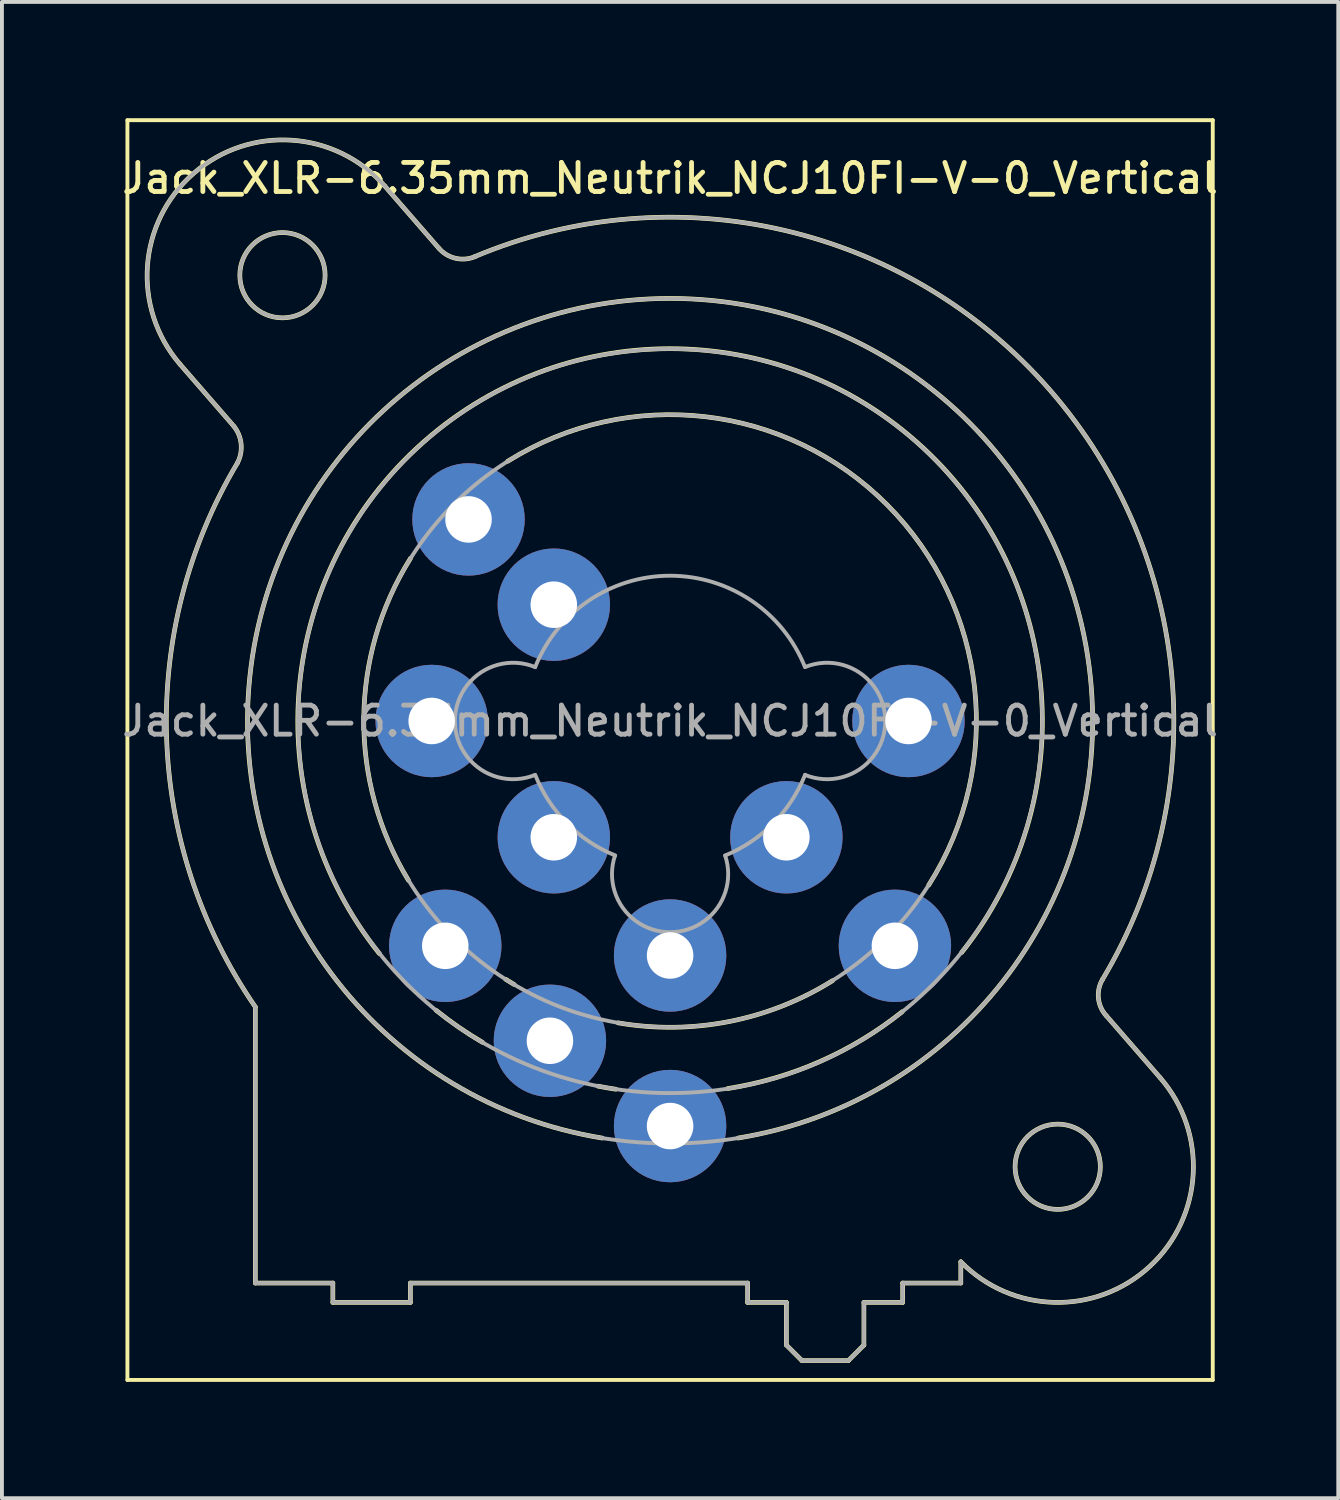
<source format=kicad_pcb>
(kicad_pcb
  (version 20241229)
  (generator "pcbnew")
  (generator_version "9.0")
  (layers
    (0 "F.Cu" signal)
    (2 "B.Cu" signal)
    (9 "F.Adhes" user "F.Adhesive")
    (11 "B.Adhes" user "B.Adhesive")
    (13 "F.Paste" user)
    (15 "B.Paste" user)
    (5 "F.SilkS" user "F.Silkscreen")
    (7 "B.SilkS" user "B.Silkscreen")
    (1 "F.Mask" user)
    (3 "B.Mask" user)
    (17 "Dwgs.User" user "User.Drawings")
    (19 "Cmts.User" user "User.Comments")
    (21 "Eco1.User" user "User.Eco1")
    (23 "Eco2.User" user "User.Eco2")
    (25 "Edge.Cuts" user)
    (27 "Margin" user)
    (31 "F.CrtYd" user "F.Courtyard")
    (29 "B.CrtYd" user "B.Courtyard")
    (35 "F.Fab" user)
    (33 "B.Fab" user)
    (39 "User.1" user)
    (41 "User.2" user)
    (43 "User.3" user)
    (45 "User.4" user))
  (footprint "Jack_XLR-6.35mm_Neutrik_NCJ10FI-V-0_Vertical"
    (layer "F.Cu")
    (at 20.387 15.55)
    (property "Reference" "Jack_XLR-6.35mm_Neutrik_NCJ10FI-V-0_Vertical" (at -6.15 -14 0) (layer "F.SilkS") (effects (font (size 0.75 0.75) (thickness 0.125))))
    (attr through_hole)
    (fp_line (start -20.15 -15.5) (end 7.85 -15.5) (stroke (width 0.1) (type solid)) (layer "F.SilkS"))
    (fp_line (start -20.15 17) (end -20.15 -15.5) (stroke (width 0.1) (type solid)) (layer "F.SilkS"))
    (fp_line (start -17.4 -7.6) (end -18.79 -9.2) (stroke (width 0.12) (type solid)) (layer "F.SilkS"))
    (fp_line (start -16.85 14.5) (end -16.85 7.38) (stroke (width 0.12) (type solid)) (layer "F.SilkS"))
    (fp_line (start -14.85 14.5) (end -16.85 14.5) (stroke (width 0.12) (type solid)) (layer "F.SilkS"))
    (fp_line (start -14.85 14.5) (end -14.85 15) (stroke (width 0.12) (type solid)) (layer "F.SilkS"))
    (fp_line (start -13.51 -13.8) (end -12.11 -12.19) (stroke (width 0.12) (type solid)) (layer "F.SilkS"))
    (fp_line (start -12.85 14.5) (end -12.85 15) (stroke (width 0.12) (type solid)) (layer "F.SilkS"))
    (fp_line (start -12.85 15) (end -14.85 15) (stroke (width 0.12) (type solid)) (layer "F.SilkS"))
    (fp_line (start -4.15 14.5) (end -12.85 14.5) (stroke (width 0.12) (type solid)) (layer "F.SilkS"))
    (fp_line (start -4.15 14.5) (end -4.15 15) (stroke (width 0.12) (type solid)) (layer "F.SilkS"))
    (fp_line (start -3.15 15) (end -4.15 15) (stroke (width 0.12) (type solid)) (layer "F.SilkS"))
    (fp_line (start -3.15 15) (end -3.15 16.1) (stroke (width 0.12) (type solid)) (layer "F.SilkS"))
    (fp_line (start -3.15 16.1) (end -2.75 16.5) (stroke (width 0.12) (type solid)) (layer "F.SilkS"))
    (fp_line (start -1.55 16.5) (end -2.75 16.5) (stroke (width 0.12) (type solid)) (layer "F.SilkS"))
    (fp_line (start -1.15 15) (end -1.15 16.1) (stroke (width 0.12) (type solid)) (layer "F.SilkS"))
    (fp_line (start -1.15 16.1) (end -1.55 16.5) (stroke (width 0.12) (type solid)) (layer "F.SilkS"))
    (fp_line (start -0.15 14.5) (end -0.15 15) (stroke (width 0.12) (type solid)) (layer "F.SilkS"))
    (fp_line (start -0.15 15) (end -1.15 15) (stroke (width 0.12) (type solid)) (layer "F.SilkS"))
    (fp_line (start 1.35 13.95) (end 1.35 14.5) (stroke (width 0.12) (type solid)) (layer "F.SilkS"))
    (fp_line (start 1.35 14.5) (end -0.15 14.5) (stroke (width 0.12) (type solid)) (layer "F.SilkS"))
    (fp_line (start 5.1 7.6) (end 6.49 9.2) (stroke (width 0.12) (type solid)) (layer "F.SilkS"))
    (fp_line (start 7.85 -15.5) (end 7.85 17) (stroke (width 0.1) (type solid)) (layer "F.SilkS"))
    (fp_line (start 7.85 17) (end -20.15 17) (stroke (width 0.1) (type solid)) (layer "F.SilkS"))
    (fp_arc (start -18.79 -9.2) (mid -18.45 -14.14) (end -13.51 -13.8) (stroke (width 0.12) (type solid)) (layer "F.SilkS"))
    (fp_arc (start -17.400452 -7.59955) (mid -17.216295 -7.14315) (end -17.31 -6.66) (stroke (width 0.12) (type solid)) (layer "F.SilkS"))
    (fp_arc (start -16.851206 7.374645) (mid -19.139261 0.42462) (end -17.31 -6.66) (stroke (width 0.12) (type solid)) (layer "F.SilkS"))
    (fp_arc (start -13.65 6) (mid -6.168408 -9.604669) (end 1.372943 5.971208) (stroke (width 0.12) (type solid)) (layer "F.SilkS"))
    (fp_arc (start -12.9 4.11) (mid -14.052663 -0.0501) (end -12.847348 -4.195251) (stroke (width 0.12) (type solid)) (layer "F.SilkS"))
    (fp_arc (start -11.201352 -11.974349) (mid 3.655031 -8.530097) (end 5.01 6.66) (stroke (width 0.12) (type solid)) (layer "F.SilkS"))
    (fp_arc (start -11.177539 -11.981856) (mid -11.677484 -11.93489) (end -12.11 -12.19) (stroke (width 0.12) (type solid)) (layer "F.SilkS"))
    (fp_arc (start -10.99 8.29) (mid -11.604845 7.89901) (end -12.188263 7.462512) (stroke (width 0.12) (type solid)) (layer "F.SilkS"))
    (fp_arc (start -10.34 -6.7) (mid -0.544787 -5.570251) (end 0.523653 4.231839) (stroke (width 0.12) (type solid)) (layer "F.SilkS"))
    (fp_arc (start -10.17 6.8) (mid -10.28219 6.732414) (end -10.393245 6.662978) (stroke (width 0.12) (type solid)) (layer "F.SilkS"))
    (fp_arc (start -7.9 10.76) (mid -6.152346 -10.90138) (end -4.395368 10.759246) (stroke (width 0.12) (type solid)) (layer "F.SilkS"))
    (fp_arc (start -7.55 9.5) (mid -7.781688 9.462959) (end -8.012401 9.420269) (stroke (width 0.12) (type solid)) (layer "F.SilkS"))
    (fp_arc (start -1.96 6.7) (mid -4.625828 7.753902) (end -7.492223 7.78746) (stroke (width 0.12) (type solid)) (layer "F.SilkS"))
    (fp_arc (start -0.16 7.5) (mid -2.282236 8.784674) (end -4.662837 9.482534) (stroke (width 0.12) (type solid)) (layer "F.SilkS"))
    (fp_arc (start 5.109394 7.611661) (mid 4.900255 7.152483) (end 5.01 6.66) (stroke (width 0.12) (type solid)) (layer "F.SilkS"))
    (fp_arc (start 6.49 9.2) (mid 6.227307 14.070606) (end 1.351052 13.95252) (stroke (width 0.12) (type solid)) (layer "F.SilkS"))
    (fp_circle (center -16.15 -11.5) (end -15.05 -11.5) (stroke (width 0.12) (type solid)) (fill no) (layer "F.SilkS"))
    (fp_circle (center 3.85 11.5) (end 4.95 11.5) (stroke (width 0.12) (type solid)) (fill no) (layer "F.SilkS"))
    (fp_line (start -17.4 -7.6) (end -18.79 -9.2) (stroke (width 0.1) (type solid)) (layer "F.Fab"))
    (fp_line (start -16.85 14.5) (end -16.85 7.38) (stroke (width 0.1) (type solid)) (layer "F.Fab"))
    (fp_line (start -14.85 14.5) (end -16.85 14.5) (stroke (width 0.1) (type solid)) (layer "F.Fab"))
    (fp_line (start -14.85 14.5) (end -14.85 15) (stroke (width 0.1) (type solid)) (layer "F.Fab"))
    (fp_line (start -13.51 -13.8) (end -12.11 -12.19) (stroke (width 0.1) (type solid)) (layer "F.Fab"))
    (fp_line (start -12.85 14.5) (end -12.85 15) (stroke (width 0.1) (type solid)) (layer "F.Fab"))
    (fp_line (start -12.85 15) (end -14.85 15) (stroke (width 0.1) (type solid)) (layer "F.Fab"))
    (fp_line (start -4.15 14.5) (end -12.85 14.5) (stroke (width 0.1) (type solid)) (layer "F.Fab"))
    (fp_line (start -4.15 14.5) (end -4.15 15) (stroke (width 0.1) (type solid)) (layer "F.Fab"))
    (fp_line (start -3.15 15) (end -4.15 15) (stroke (width 0.1) (type solid)) (layer "F.Fab"))
    (fp_line (start -3.15 15) (end -3.15 16.1) (stroke (width 0.1) (type solid)) (layer "F.Fab"))
    (fp_line (start -3.15 16.1) (end -2.75 16.5) (stroke (width 0.1) (type solid)) (layer "F.Fab"))
    (fp_line (start -1.55 16.5) (end -2.75 16.5) (stroke (width 0.1) (type solid)) (layer "F.Fab"))
    (fp_line (start -1.15 15) (end -1.15 16.1) (stroke (width 0.1) (type solid)) (layer "F.Fab"))
    (fp_line (start -1.15 16.1) (end -1.55 16.5) (stroke (width 0.1) (type solid)) (layer "F.Fab"))
    (fp_line (start -0.15 14.5) (end -0.15 15) (stroke (width 0.1) (type solid)) (layer "F.Fab"))
    (fp_line (start -0.15 15) (end -1.15 15) (stroke (width 0.1) (type solid)) (layer "F.Fab"))
    (fp_line (start 1.35 13.95) (end 1.35 14.5) (stroke (width 0.1) (type solid)) (layer "F.Fab"))
    (fp_line (start 1.35 14.5) (end -0.15 14.5) (stroke (width 0.1) (type solid)) (layer "F.Fab"))
    (fp_line (start 5.1 7.6) (end 6.49 9.2) (stroke (width 0.1) (type solid)) (layer "F.Fab"))
    (fp_arc (start -18.79 -9.2) (mid -18.45 -14.14) (end -13.51 -13.8) (stroke (width 0.1) (type solid)) (layer "F.Fab"))
    (fp_arc (start -17.400452 -7.59955) (mid -17.216295 -7.14315) (end -17.31 -6.66) (stroke (width 0.1) (type solid)) (layer "F.Fab"))
    (fp_arc (start -16.851206 7.374645) (mid -19.139261 0.42462) (end -17.31 -6.66) (stroke (width 0.1) (type solid)) (layer "F.Fab"))
    (fp_arc (start -11.201352 -11.974349) (mid 3.655031 -8.530097) (end 5.01 6.66) (stroke (width 0.1) (type solid)) (layer "F.Fab"))
    (fp_arc (start -11.177539 -11.981856) (mid -11.677484 -11.93489) (end -12.11 -12.19) (stroke (width 0.1) (type solid)) (layer "F.Fab"))
    (fp_arc (start -9.634717 1.391925) (mid -11.702329 -0.002547) (end -9.63 -1.39) (stroke (width 0.1) (type solid)) (layer "F.Fab"))
    (fp_arc (start -9.631116 -1.387204) (mid -6.151505 -3.747333) (end -2.67 -1.39) (stroke (width 0.1) (type solid)) (layer "F.Fab"))
    (fp_arc (start -7.567529 3.468878) (mid -8.810241 2.639246) (end -9.63 1.39) (stroke (width 0.1) (type solid)) (layer "F.Fab"))
    (fp_arc (start -4.729599 3.471189) (mid -6.150627 5.448932) (end -7.57 3.47) (stroke (width 0.1) (type solid)) (layer "F.Fab"))
    (fp_arc (start -2.667476 1.389002) (mid -3.487046 2.639314) (end -4.73 3.47) (stroke (width 0.1) (type solid)) (layer "F.Fab"))
    (fp_arc (start -2.665283 -1.391925) (mid -0.597671 0.002547) (end -2.67 1.39) (stroke (width 0.1) (type solid)) (layer "F.Fab"))
    (fp_arc (start 5.109394 7.611661) (mid 4.900255 7.152483) (end 5.01 6.66) (stroke (width 0.1) (type solid)) (layer "F.Fab"))
    (fp_arc (start 6.49 9.2) (mid 6.227307 14.070606) (end 1.351052 13.95252) (stroke (width 0.1) (type solid)) (layer "F.Fab"))
    (fp_circle (center -16.15 -11.5) (end -15.05 -11.5) (stroke (width 0.1) (type solid)) (fill no) (layer "F.Fab"))
    (fp_circle (center -6.15 0) (end 1.75 0) (stroke (width 0.1) (type solid)) (fill no) (layer "F.Fab"))
    (fp_circle (center -6.15 0) (end 3.45 0) (stroke (width 0.1) (type solid)) (fill no) (layer "F.Fab"))
    (fp_circle (center -6.15 0) (end 4.75 0) (stroke (width 0.1) (type solid)) (fill no) (layer "F.Fab"))
    (fp_circle (center 3.85 11.5) (end 4.95 11.5) (stroke (width 0.1) (type solid)) (fill no) (layer "F.Fab"))
    (fp_text user "${REFERENCE}" (at -6.15 0 0) (layer "F.Fab") (effects (font (size 0.75 0.75) (thickness 0.125))))
    (pad "1" thru_hole circle (at 0 0) (size 2.9 2.9) (drill 1.2) (layers "*.Cu" "*.Mask"))
    (pad "2" thru_hole circle (at -12.3 0) (size 2.9 2.9) (drill 1.2) (layers "*.Cu" "*.Mask"))
    (pad "3" thru_hole circle (at -6.15 6.05) (size 2.9 2.9) (drill 1.2) (layers "*.Cu" "*.Mask"))
    (pad "G" thru_hole circle (at -6.15 10.45) (size 2.9 2.9) (drill 1.2) (layers "*.Cu" "*.Mask"))
    (pad "GN" thru_hole circle (at -9.25 8.25) (size 2.9 2.9) (drill 1.2) (layers "*.Cu" "*.Mask"))
    (pad "R" thru_hole circle (at -0.35 5.8) (size 2.9 2.9) (drill 1.2) (layers "*.Cu" "*.Mask"))
    (pad "RN" thru_hole circle (at -3.15 3) (size 2.9 2.9) (drill 1.2) (layers "*.Cu" "*.Mask"))
    (pad "S" thru_hole circle (at -11.95 5.8) (size 2.9 2.9) (drill 1.2) (layers "*.Cu" "*.Mask"))
    (pad "SN" thru_hole circle (at -9.15 3) (size 2.9 2.9) (drill 1.2) (layers "*.Cu" "*.Mask"))
    (pad "T" thru_hole circle (at -11.35 -5.2) (size 2.9 2.9) (drill 1.2) (layers "*.Cu" "*.Mask"))
    (pad "TN" thru_hole circle (at -9.15 -3) (size 2.9 2.9) (drill 1.2) (layers "*.Cu" "*.Mask")))
  (gr_rect
    (start -3 -3)
    (end 31.475 35.6)
    (stroke (width 0.1) (type default))
    (fill no)
    (layer "Edge.Cuts")))
</source>
